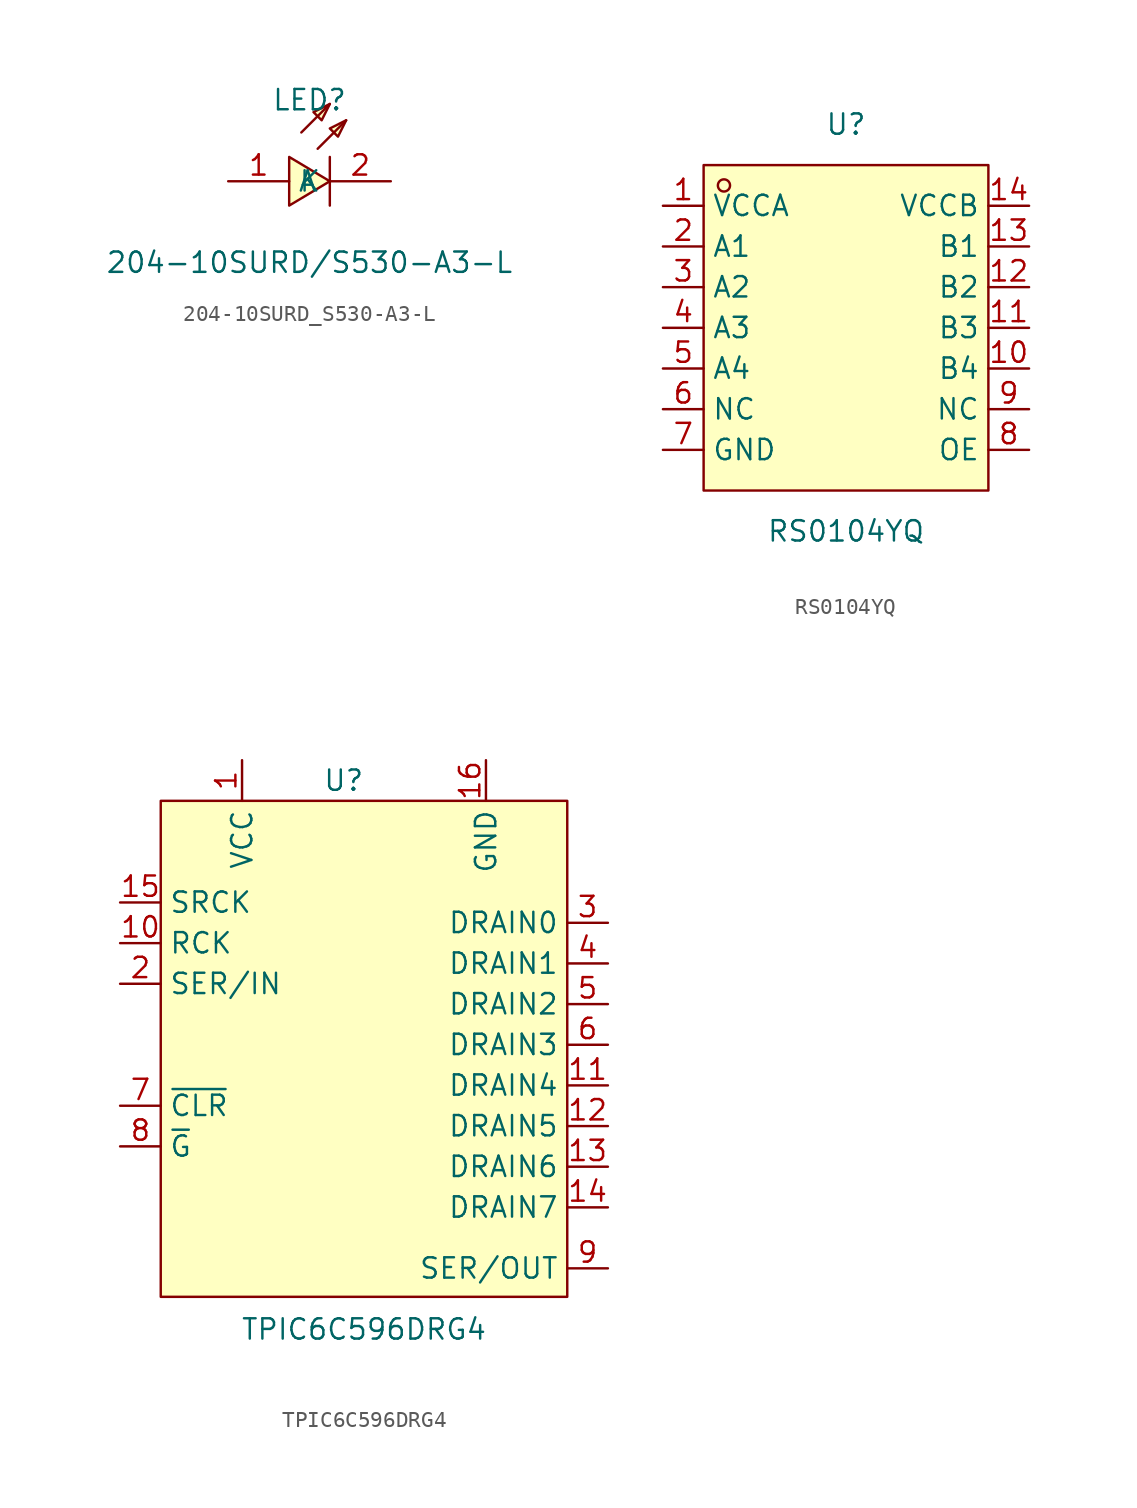
<source format=kicad_sym>
(kicad_symbol_lib
  (version 20211014)
  (generator https://github.com/uPesy/easyeda2kicad.py)
  (symbol "204-10SURD_S530-A3-L"
    (property "Reference" "LED"
      (at 0 5.08 0)
      (effects (font (size 1.27 1.27))))
    (property "Value" "204-10SURD/S530-A3-L"
      (at 0 -5.08 0)
      (effects (font (size 1.27 1.27))))
    (symbol "204-10SURD_S530-A3-L_0_1"
      (polyline (pts (xy 0.51 2.03) (xy 2.29 3.81)) (stroke (width 0) (type default) (color 0 0 0 0)) (fill (type none)))
      (polyline (pts (xy -0.51 3.05) (xy 1.27 4.83)) (stroke (width 0) (type default) (color 0 0 0 0)) (fill (type none)))
      (polyline (pts (xy 1.27 1.52) (xy 1.27 -1.52)) (stroke (width 0) (type default) (color 0 0 0 0)) (fill (type none)))
      (polyline (pts (xy -1.27 -1.52) (xy 1.27 -0.00) (xy -1.27 1.52) (xy -1.27 -1.52)) (stroke (width 0) (type default) (color 0 0 0 0)) (fill (type background)))
      (polyline (pts (xy 2.29 3.81) (xy 1.27 3.30) (xy 1.78 2.79) (xy 2.29 3.81)) (stroke (width 0) (type default) (color 0 0 0 0)) (fill (type background)))
      (polyline (pts (xy 1.27 4.83) (xy 0.25 4.32) (xy 0.76 3.81) (xy 1.27 4.83)) (stroke (width 0) (type default) (color 0 0 0 0)) (fill (type background)))
      (pin input line (at -5.08 -0.00 0) (length 3.81) (name "A" (effects (font (size 1.27 1.27)))) (number "1" (effects (font (size 1.27 1.27)))))
      (pin input line (at 5.08 -0.00 180) (length 3.81) (name "K" (effects (font (size 1.27 1.27)))) (number "2" (effects (font (size 1.27 1.27)))))))
  (symbol "RS0104YQ"
    (property "Reference" "U"
      (at 0 12.70 0)
      (effects (font (size 1.27 1.27))))
    (property "Value" "RS0104YQ"
      (at 0 -12.70 0)
      (effects (font (size 1.27 1.27))))
    (symbol "RS0104YQ_0_1"
      (rectangle (start -8.89 10.16) (end 8.89 -10.16) (stroke (width 0) (type default) (color 0 0 0 0)) (fill (type background)))
      (circle (center -7.62 8.89) (radius 0.38) (stroke (width 0) (type default) (color 0 0 0 0)) (fill (type none)))
      (pin unspecified line (at -11.43 7.62 0) (length 2.54) (name "VCCA" (effects (font (size 1.27 1.27)))) (number "1" (effects (font (size 1.27 1.27)))))
      (pin unspecified line (at -11.43 5.08 0) (length 2.54) (name "A1" (effects (font (size 1.27 1.27)))) (number "2" (effects (font (size 1.27 1.27)))))
      (pin unspecified line (at -11.43 2.54 0) (length 2.54) (name "A2" (effects (font (size 1.27 1.27)))) (number "3" (effects (font (size 1.27 1.27)))))
      (pin unspecified line (at -11.43 -0.00 0) (length 2.54) (name "A3" (effects (font (size 1.27 1.27)))) (number "4" (effects (font (size 1.27 1.27)))))
      (pin unspecified line (at -11.43 -2.54 0) (length 2.54) (name "A4" (effects (font (size 1.27 1.27)))) (number "5" (effects (font (size 1.27 1.27)))))
      (pin unspecified line (at -11.43 -5.08 0) (length 2.54) (name "NC" (effects (font (size 1.27 1.27)))) (number "6" (effects (font (size 1.27 1.27)))))
      (pin unspecified line (at -11.43 -7.62 0) (length 2.54) (name "GND" (effects (font (size 1.27 1.27)))) (number "7" (effects (font (size 1.27 1.27)))))
      (pin unspecified line (at 11.43 -7.62 180) (length 2.54) (name "OE" (effects (font (size 1.27 1.27)))) (number "8" (effects (font (size 1.27 1.27)))))
      (pin unspecified line (at 11.43 -5.08 180) (length 2.54) (name "NC" (effects (font (size 1.27 1.27)))) (number "9" (effects (font (size 1.27 1.27)))))
      (pin unspecified line (at 11.43 -2.54 180) (length 2.54) (name "B4" (effects (font (size 1.27 1.27)))) (number "10" (effects (font (size 1.27 1.27)))))
      (pin unspecified line (at 11.43 -0.00 180) (length 2.54) (name "B3" (effects (font (size 1.27 1.27)))) (number "11" (effects (font (size 1.27 1.27)))))
      (pin unspecified line (at 11.43 2.54 180) (length 2.54) (name "B2" (effects (font (size 1.27 1.27)))) (number "12" (effects (font (size 1.27 1.27)))))
      (pin unspecified line (at 11.43 5.08 180) (length 2.54) (name "B1" (effects (font (size 1.27 1.27)))) (number "13" (effects (font (size 1.27 1.27)))))
      (pin unspecified line (at 11.43 7.62 180) (length 2.54) (name "VCCB" (effects (font (size 1.27 1.27)))) (number "14" (effects (font (size 1.27 1.27)))))))
  (symbol "TPIC6C596DRG4"
    (property "Reference" "U"
      (at -1.27 16.51 0)
      (effects (font (size 1.27 1.27))))
    (property "Value" "TPIC6C596DRG4"
      (at 0 -17.78 0)
      (effects (font (size 1.27 1.27))))
    (symbol "TPIC6C596DRG4_0_1"
      (rectangle (start -12.7 15.24) (end 12.7 -15.75) (stroke (width 0) (type default) (color 0 0 0 0)) (fill (type background)))
      (pin power_in line (at -7.62 17.78 270) (length 2.54) (name "VCC" (effects (font (size 1.27 1.27)))) (number "1" (effects (font (size 1.27 1.27)))))
      (pin unspecified line (at -15.24 6.35 0) (length 2.54) (name "RCK" (effects (font (size 1.27 1.27)))) (number "10" (effects (font (size 1.27 1.27)))))
      (pin unspecified line (at 15.24 -2.54 180) (length 2.54) (name "DRAIN4" (effects (font (size 1.27 1.27)))) (number "11" (effects (font (size 1.27 1.27)))))
      (pin unspecified line (at 15.24 -5.08 180) (length 2.54) (name "DRAIN5" (effects (font (size 1.27 1.27)))) (number "12" (effects (font (size 1.27 1.27)))))
      (pin unspecified line (at 15.24 -7.62 180) (length 2.54) (name "DRAIN6" (effects (font (size 1.27 1.27)))) (number "13" (effects (font (size 1.27 1.27)))))
      (pin unspecified line (at 15.24 -10.16 180) (length 2.54) (name "DRAIN7" (effects (font (size 1.27 1.27)))) (number "14" (effects (font (size 1.27 1.27)))))
      (pin unspecified line (at -15.24 8.89 0) (length 2.54) (name "SRCK" (effects (font (size 1.27 1.27)))) (number "15" (effects (font (size 1.27 1.27)))))
      (pin unspecified line (at 7.62 17.78 270) (length 2.54) (name "GND" (effects (font (size 1.27 1.27)))) (number "16" (effects (font (size 1.27 1.27)))))
      (pin unspecified line (at -15.24 3.81 0) (length 2.54) (name "SER/IN" (effects (font (size 1.27 1.27)))) (number "2" (effects (font (size 1.27 1.27)))))
      (pin unspecified line (at 15.24 7.62 180) (length 2.54) (name "DRAIN0" (effects (font (size 1.27 1.27)))) (number "3" (effects (font (size 1.27 1.27)))))
      (pin unspecified line (at 15.24 5.08 180) (length 2.54) (name "DRAIN1" (effects (font (size 1.27 1.27)))) (number "4" (effects (font (size 1.27 1.27)))))
      (pin unspecified line (at 15.24 2.54 180) (length 2.54) (name "DRAIN2" (effects (font (size 1.27 1.27)))) (number "5" (effects (font (size 1.27 1.27)))))
      (pin unspecified line (at 15.24 0 180) (length 2.54) (name "DRAIN3" (effects (font (size 1.27 1.27)))) (number "6" (effects (font (size 1.27 1.27)))))
      (pin unspecified line (at -15.24 -3.81 0) (length 2.54) (name "~{CLR}" (effects (font (size 1.27 1.27)))) (number "7" (effects (font (size 1.27 1.27)))))
      (pin unspecified line (at -15.24 -6.35 0) (length 2.54) (name "~{G}" (effects (font (size 1.27 1.27)))) (number "8" (effects (font (size 1.27 1.27)))))
      (pin unspecified line (at 15.24 -13.97 180) (length 2.54) (name "SER/OUT" (effects (font (size 1.27 1.27)))) (number "9" (effects (font (size 1.27 1.27))))))))
</source>
